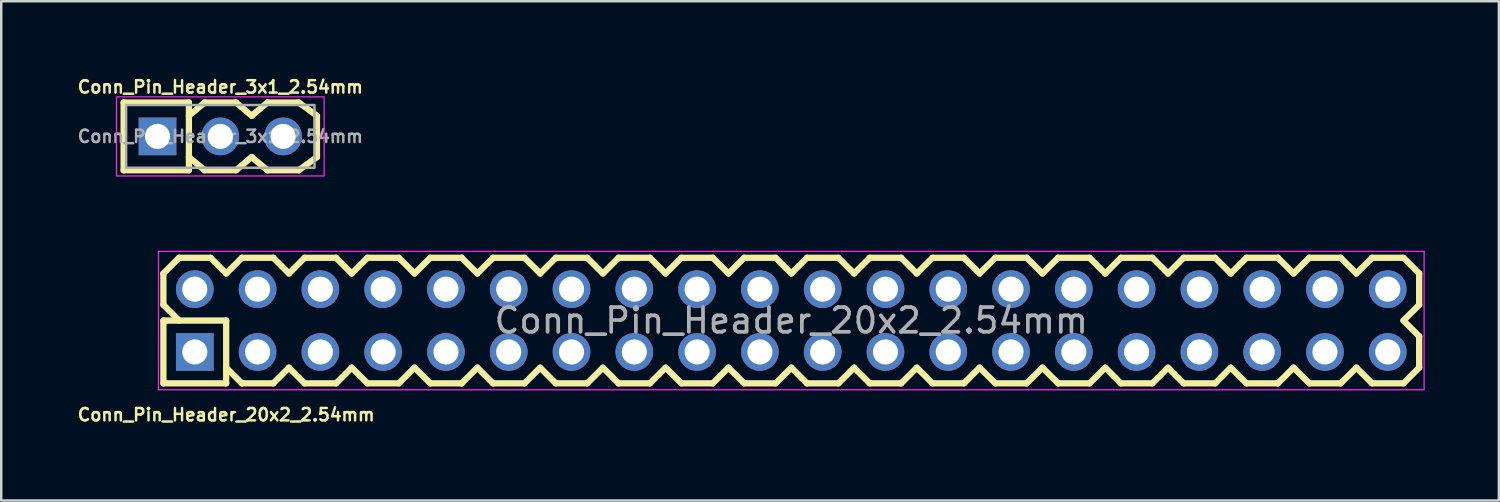
<source format=kicad_pcb>
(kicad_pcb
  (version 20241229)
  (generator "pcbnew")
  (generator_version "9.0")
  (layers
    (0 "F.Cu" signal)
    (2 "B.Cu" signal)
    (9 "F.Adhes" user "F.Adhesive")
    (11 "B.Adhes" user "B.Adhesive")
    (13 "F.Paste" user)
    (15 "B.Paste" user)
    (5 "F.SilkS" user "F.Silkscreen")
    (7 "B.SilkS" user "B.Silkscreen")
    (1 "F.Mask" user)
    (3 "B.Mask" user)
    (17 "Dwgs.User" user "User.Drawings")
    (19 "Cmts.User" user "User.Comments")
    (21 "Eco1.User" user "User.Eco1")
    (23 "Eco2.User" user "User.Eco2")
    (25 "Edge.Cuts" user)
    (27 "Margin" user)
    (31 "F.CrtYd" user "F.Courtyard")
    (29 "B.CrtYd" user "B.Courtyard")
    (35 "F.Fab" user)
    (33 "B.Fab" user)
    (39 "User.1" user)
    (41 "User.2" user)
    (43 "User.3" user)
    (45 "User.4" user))
  (footprint "Conn_Pin_Header_3x1_2.54mm"
    (layer "F.Cu")
    (at 5.862 2.468)
    (property "Reference" "Conn_Pin_Header_3x1_2.54mm" (at 0 -2 0) (layer "F.SilkS") (effects (font (size 0.5 0.5) (thickness 0.1))))
    (attr through_hole)
    (fp_line (start -3.91 -1.37) (end -1.27 -1.37) (stroke (width 0.254) (type solid)) (layer "F.SilkS"))
    (fp_line (start -3.91 1.37) (end -3.91 -1.37) (stroke (width 0.254) (type solid)) (layer "F.SilkS"))
    (fp_line (start -1.27 -1.37) (end -1.27 1.37) (stroke (width 0.254) (type solid)) (layer "F.SilkS"))
    (fp_line (start -1.27 1.37) (end -3.91 1.37) (stroke (width 0.254) (type solid)) (layer "F.SilkS"))
    (fp_line (start -0.635 -1.37) (end -1.27 -0.835) (stroke (width 0.254) (type solid)) (layer "F.SilkS"))
    (fp_line (start -0.635 1.37) (end -1.27 0.835) (stroke (width 0.254) (type solid)) (layer "F.SilkS"))
    (fp_line (start 0.635 -1.37) (end -0.635 -1.37) (stroke (width 0.254) (type solid)) (layer "F.SilkS"))
    (fp_line (start 0.635 1.37) (end -0.635 1.37) (stroke (width 0.254) (type solid)) (layer "F.SilkS"))
    (fp_line (start 1.27 -0.835) (end 0.635 -1.37) (stroke (width 0.254) (type solid)) (layer "F.SilkS"))
    (fp_line (start 1.27 0.835) (end 0.635 1.37) (stroke (width 0.254) (type solid)) (layer "F.SilkS"))
    (fp_line (start 1.905 -1.37) (end 1.27 -0.835) (stroke (width 0.254) (type solid)) (layer "F.SilkS"))
    (fp_line (start 1.905 1.37) (end 1.27 0.835) (stroke (width 0.254) (type solid)) (layer "F.SilkS"))
    (fp_line (start 3.175 -1.37) (end 1.905 -1.37) (stroke (width 0.254) (type solid)) (layer "F.SilkS"))
    (fp_line (start 3.175 1.37) (end 1.905 1.37) (stroke (width 0.254) (type solid)) (layer "F.SilkS"))
    (fp_line (start 3.91 -0.835) (end 3.175 -1.37) (stroke (width 0.254) (type solid)) (layer "F.SilkS"))
    (fp_line (start 3.91 -0.835) (end 3.91 0.835) (stroke (width 0.254) (type solid)) (layer "F.SilkS"))
    (fp_line (start 3.91 0.835) (end 3.175 1.37) (stroke (width 0.254) (type solid)) (layer "F.SilkS"))
    (fp_rect (start -4.2 -1.6) (end 4.2 1.6) (stroke (width 0.05) (type solid)) (fill no) (layer "F.CrtYd"))
    (fp_rect (start -3.81 -1.27) (end 3.81 1.27) (stroke (width 0.1) (type solid)) (fill no) (layer "F.Fab"))
    (fp_text user "${REFERENCE}" (at 0 0 0) (layer "F.Fab") (effects (font (size 0.5 0.5) (thickness 0.1))))
    (pad "1" thru_hole rect (at -2.54 0) (size 1.524 1.524) (drill 1.016) (layers "*.Cu" "*.Mask"))
    (pad "2" thru_hole circle (at 0 0) (size 1.524 1.524) (drill 1.016) (layers "*.Cu" "*.Mask"))
    (pad "3" thru_hole circle (at 2.54 0) (size 1.524 1.524) (drill 1.016) (layers "*.Cu" "*.Mask")))
  (footprint "Conn_Pin_Header_20x2_2.54mm"
    (layer "F.Cu")
    (at 28.96 9.918)
    (property "Reference" "Conn_Pin_Header_20x2_2.54mm" (at -22.86 3.81 0) (layer "F.SilkS") (effects (font (size 0.5 0.5) (thickness 0.1))))
    (attr through_hole)
    (fp_line (start -25.4 -1.905) (end -24.765 -2.54) (stroke (width 0.254) (type solid)) (layer "F.SilkS"))
    (fp_line (start -25.4 -0.635) (end -25.4 -1.905) (stroke (width 0.254) (type solid)) (layer "F.SilkS"))
    (fp_line (start -25.4 0) (end -22.86 0) (stroke (width 0.254) (type solid)) (layer "F.SilkS"))
    (fp_line (start -25.4 2.54) (end -25.4 0) (stroke (width 0.254) (type solid)) (layer "F.SilkS"))
    (fp_line (start -24.765 -2.54) (end -23.495 -2.54) (stroke (width 0.254) (type solid)) (layer "F.SilkS"))
    (fp_line (start -24.765 0) (end -25.4 -0.635) (stroke (width 0.254) (type solid)) (layer "F.SilkS"))
    (fp_line (start -23.495 -2.54) (end -22.86 -1.905) (stroke (width 0.254) (type solid)) (layer "F.SilkS"))
    (fp_line (start -22.86 -1.905) (end -22.225 -2.54) (stroke (width 0.254) (type solid)) (layer "F.SilkS"))
    (fp_line (start -22.86 0) (end -22.86 2.54) (stroke (width 0.254) (type solid)) (layer "F.SilkS"))
    (fp_line (start -22.86 2.54) (end -25.4 2.54) (stroke (width 0.254) (type solid)) (layer "F.SilkS"))
    (fp_line (start -22.225 -2.54) (end -20.955 -2.54) (stroke (width 0.254) (type solid)) (layer "F.SilkS"))
    (fp_line (start -22.225 2.54) (end -22.86 1.905) (stroke (width 0.254) (type solid)) (layer "F.SilkS"))
    (fp_line (start -20.955 -2.54) (end -20.32 -1.905) (stroke (width 0.254) (type solid)) (layer "F.SilkS"))
    (fp_line (start -20.955 2.54) (end -22.225 2.54) (stroke (width 0.254) (type solid)) (layer "F.SilkS"))
    (fp_line (start -20.32 -1.905) (end -19.685 -2.54) (stroke (width 0.254) (type solid)) (layer "F.SilkS"))
    (fp_line (start -20.32 1.905) (end -20.955 2.54) (stroke (width 0.254) (type solid)) (layer "F.SilkS"))
    (fp_line (start -19.685 -2.54) (end -18.415 -2.54) (stroke (width 0.254) (type solid)) (layer "F.SilkS"))
    (fp_line (start -19.685 2.54) (end -20.32 1.905) (stroke (width 0.254) (type solid)) (layer "F.SilkS"))
    (fp_line (start -18.415 -2.54) (end -17.78 -1.905) (stroke (width 0.254) (type solid)) (layer "F.SilkS"))
    (fp_line (start -18.415 2.54) (end -19.685 2.54) (stroke (width 0.254) (type solid)) (layer "F.SilkS"))
    (fp_line (start -17.78 -1.905) (end -17.145 -2.54) (stroke (width 0.254) (type solid)) (layer "F.SilkS"))
    (fp_line (start -17.78 1.905) (end -18.415 2.54) (stroke (width 0.254) (type solid)) (layer "F.SilkS"))
    (fp_line (start -17.145 -2.54) (end -15.875 -2.54) (stroke (width 0.254) (type solid)) (layer "F.SilkS"))
    (fp_line (start -17.145 2.54) (end -17.78 1.905) (stroke (width 0.254) (type solid)) (layer "F.SilkS"))
    (fp_line (start -15.875 -2.54) (end -15.24 -1.905) (stroke (width 0.254) (type solid)) (layer "F.SilkS"))
    (fp_line (start -15.875 2.54) (end -17.145 2.54) (stroke (width 0.254) (type solid)) (layer "F.SilkS"))
    (fp_line (start -15.24 -1.905) (end -14.605 -2.54) (stroke (width 0.254) (type solid)) (layer "F.SilkS"))
    (fp_line (start -15.24 1.905) (end -15.875 2.54) (stroke (width 0.254) (type solid)) (layer "F.SilkS"))
    (fp_line (start -14.605 -2.54) (end -13.335 -2.54) (stroke (width 0.254) (type solid)) (layer "F.SilkS"))
    (fp_line (start -14.605 2.54) (end -15.24 1.905) (stroke (width 0.254) (type solid)) (layer "F.SilkS"))
    (fp_line (start -13.335 -2.54) (end -12.7 -1.905) (stroke (width 0.254) (type solid)) (layer "F.SilkS"))
    (fp_line (start -13.335 2.54) (end -14.605 2.54) (stroke (width 0.254) (type solid)) (layer "F.SilkS"))
    (fp_line (start -12.7 -1.905) (end -12.065 -2.54) (stroke (width 0.254) (type solid)) (layer "F.SilkS"))
    (fp_line (start -12.7 1.905) (end -13.335 2.54) (stroke (width 0.254) (type solid)) (layer "F.SilkS"))
    (fp_line (start -12.065 -2.54) (end -10.795 -2.54) (stroke (width 0.254) (type solid)) (layer "F.SilkS"))
    (fp_line (start -12.065 2.54) (end -12.7 1.905) (stroke (width 0.254) (type solid)) (layer "F.SilkS"))
    (fp_line (start -10.795 -2.54) (end -10.16 -1.905) (stroke (width 0.254) (type solid)) (layer "F.SilkS"))
    (fp_line (start -10.795 2.54) (end -12.065 2.54) (stroke (width 0.254) (type solid)) (layer "F.SilkS"))
    (fp_line (start -10.16 -1.905) (end -9.525 -2.54) (stroke (width 0.254) (type solid)) (layer "F.SilkS"))
    (fp_line (start -10.16 1.905) (end -10.795 2.54) (stroke (width 0.254) (type solid)) (layer "F.SilkS"))
    (fp_line (start -9.525 -2.54) (end -8.255 -2.54) (stroke (width 0.254) (type solid)) (layer "F.SilkS"))
    (fp_line (start -9.525 2.54) (end -10.16 1.905) (stroke (width 0.254) (type solid)) (layer "F.SilkS"))
    (fp_line (start -8.255 -2.54) (end -7.62 -1.905) (stroke (width 0.254) (type solid)) (layer "F.SilkS"))
    (fp_line (start -8.255 2.54) (end -9.525 2.54) (stroke (width 0.254) (type solid)) (layer "F.SilkS"))
    (fp_line (start -7.62 -1.905) (end -6.985 -2.54) (stroke (width 0.254) (type solid)) (layer "F.SilkS"))
    (fp_line (start -7.62 1.905) (end -8.255 2.54) (stroke (width 0.254) (type solid)) (layer "F.SilkS"))
    (fp_line (start -6.985 -2.54) (end -5.715 -2.54) (stroke (width 0.254) (type solid)) (layer "F.SilkS"))
    (fp_line (start -6.985 2.54) (end -7.62 1.905) (stroke (width 0.254) (type solid)) (layer "F.SilkS"))
    (fp_line (start -5.715 -2.54) (end -5.08 -1.905) (stroke (width 0.254) (type solid)) (layer "F.SilkS"))
    (fp_line (start -5.715 2.54) (end -6.985 2.54) (stroke (width 0.254) (type solid)) (layer "F.SilkS"))
    (fp_line (start -5.08 -1.905) (end -4.445 -2.54) (stroke (width 0.254) (type solid)) (layer "F.SilkS"))
    (fp_line (start -5.08 1.905) (end -5.715 2.54) (stroke (width 0.254) (type solid)) (layer "F.SilkS"))
    (fp_line (start -4.445 -2.54) (end -3.175 -2.54) (stroke (width 0.254) (type solid)) (layer "F.SilkS"))
    (fp_line (start -4.445 2.54) (end -5.08 1.905) (stroke (width 0.254) (type solid)) (layer "F.SilkS"))
    (fp_line (start -3.175 -2.54) (end -2.54 -1.905) (stroke (width 0.254) (type solid)) (layer "F.SilkS"))
    (fp_line (start -3.175 2.54) (end -4.445 2.54) (stroke (width 0.254) (type solid)) (layer "F.SilkS"))
    (fp_line (start -2.54 -1.905) (end -1.905 -2.54) (stroke (width 0.254) (type solid)) (layer "F.SilkS"))
    (fp_line (start -2.54 1.905) (end -3.175 2.54) (stroke (width 0.254) (type solid)) (layer "F.SilkS"))
    (fp_line (start -1.905 -2.54) (end -0.635 -2.54) (stroke (width 0.254) (type solid)) (layer "F.SilkS"))
    (fp_line (start -1.905 2.54) (end -2.54 1.905) (stroke (width 0.254) (type solid)) (layer "F.SilkS"))
    (fp_line (start -0.635 -2.54) (end 0 -1.905) (stroke (width 0.254) (type solid)) (layer "F.SilkS"))
    (fp_line (start -0.635 2.54) (end -1.905 2.54) (stroke (width 0.254) (type solid)) (layer "F.SilkS"))
    (fp_line (start 0 -1.905) (end 0.635 -2.54) (stroke (width 0.254) (type solid)) (layer "F.SilkS"))
    (fp_line (start 0 1.905) (end -0.635 2.54) (stroke (width 0.254) (type solid)) (layer "F.SilkS"))
    (fp_line (start 0.635 -2.54) (end 1.905 -2.54) (stroke (width 0.254) (type solid)) (layer "F.SilkS"))
    (fp_line (start 0.635 2.54) (end 0 1.905) (stroke (width 0.254) (type solid)) (layer "F.SilkS"))
    (fp_line (start 1.905 -2.54) (end 2.54 -1.905) (stroke (width 0.254) (type solid)) (layer "F.SilkS"))
    (fp_line (start 1.905 2.54) (end 0.635 2.54) (stroke (width 0.254) (type solid)) (layer "F.SilkS"))
    (fp_line (start 2.54 -1.905) (end 3.175 -2.54) (stroke (width 0.254) (type solid)) (layer "F.SilkS"))
    (fp_line (start 2.54 1.905) (end 1.905 2.54) (stroke (width 0.254) (type solid)) (layer "F.SilkS"))
    (fp_line (start 3.175 -2.54) (end 4.445 -2.54) (stroke (width 0.254) (type solid)) (layer "F.SilkS"))
    (fp_line (start 3.175 2.54) (end 2.54 1.905) (stroke (width 0.254) (type solid)) (layer "F.SilkS"))
    (fp_line (start 4.445 -2.54) (end 5.08 -1.905) (stroke (width 0.254) (type solid)) (layer "F.SilkS"))
    (fp_line (start 4.445 2.54) (end 3.175 2.54) (stroke (width 0.254) (type solid)) (layer "F.SilkS"))
    (fp_line (start 5.08 -1.905) (end 5.715 -2.54) (stroke (width 0.254) (type solid)) (layer "F.SilkS"))
    (fp_line (start 5.08 1.905) (end 4.445 2.54) (stroke (width 0.254) (type solid)) (layer "F.SilkS"))
    (fp_line (start 5.715 -2.54) (end 6.985 -2.54) (stroke (width 0.254) (type solid)) (layer "F.SilkS"))
    (fp_line (start 5.715 2.54) (end 5.08 1.905) (stroke (width 0.254) (type solid)) (layer "F.SilkS"))
    (fp_line (start 6.985 -2.54) (end 7.62 -1.905) (stroke (width 0.254) (type solid)) (layer "F.SilkS"))
    (fp_line (start 6.985 2.54) (end 5.715 2.54) (stroke (width 0.254) (type solid)) (layer "F.SilkS"))
    (fp_line (start 7.62 -1.905) (end 8.255 -2.54) (stroke (width 0.254) (type solid)) (layer "F.SilkS"))
    (fp_line (start 7.62 1.905) (end 6.985 2.54) (stroke (width 0.254) (type solid)) (layer "F.SilkS"))
    (fp_line (start 8.255 -2.54) (end 9.525 -2.54) (stroke (width 0.254) (type solid)) (layer "F.SilkS"))
    (fp_line (start 8.255 2.54) (end 7.62 1.905) (stroke (width 0.254) (type solid)) (layer "F.SilkS"))
    (fp_line (start 9.525 -2.54) (end 10.16 -1.905) (stroke (width 0.254) (type solid)) (layer "F.SilkS"))
    (fp_line (start 9.525 2.54) (end 8.255 2.54) (stroke (width 0.254) (type solid)) (layer "F.SilkS"))
    (fp_line (start 10.16 -1.905) (end 10.795 -2.54) (stroke (width 0.254) (type solid)) (layer "F.SilkS"))
    (fp_line (start 10.16 1.905) (end 9.525 2.54) (stroke (width 0.254) (type solid)) (layer "F.SilkS"))
    (fp_line (start 10.795 -2.54) (end 12.065 -2.54) (stroke (width 0.254) (type solid)) (layer "F.SilkS"))
    (fp_line (start 10.795 2.54) (end 10.16 1.905) (stroke (width 0.254) (type solid)) (layer "F.SilkS"))
    (fp_line (start 12.065 -2.54) (end 12.7 -1.905) (stroke (width 0.254) (type solid)) (layer "F.SilkS"))
    (fp_line (start 12.065 2.54) (end 10.795 2.54) (stroke (width 0.254) (type solid)) (layer "F.SilkS"))
    (fp_line (start 12.7 -1.905) (end 13.335 -2.54) (stroke (width 0.254) (type solid)) (layer "F.SilkS"))
    (fp_line (start 12.7 1.905) (end 12.065 2.54) (stroke (width 0.254) (type solid)) (layer "F.SilkS"))
    (fp_line (start 13.335 -2.54) (end 14.605 -2.54) (stroke (width 0.254) (type solid)) (layer "F.SilkS"))
    (fp_line (start 13.335 2.54) (end 12.7 1.905) (stroke (width 0.254) (type solid)) (layer "F.SilkS"))
    (fp_line (start 14.605 -2.54) (end 15.24 -1.905) (stroke (width 0.254) (type solid)) (layer "F.SilkS"))
    (fp_line (start 14.605 2.54) (end 13.335 2.54) (stroke (width 0.254) (type solid)) (layer "F.SilkS"))
    (fp_line (start 15.24 -1.905) (end 15.875 -2.54) (stroke (width 0.254) (type solid)) (layer "F.SilkS"))
    (fp_line (start 15.24 1.905) (end 14.605 2.54) (stroke (width 0.254) (type solid)) (layer "F.SilkS"))
    (fp_line (start 15.875 -2.54) (end 17.145 -2.54) (stroke (width 0.254) (type solid)) (layer "F.SilkS"))
    (fp_line (start 15.875 2.54) (end 15.24 1.905) (stroke (width 0.254) (type solid)) (layer "F.SilkS"))
    (fp_line (start 15.875 2.54) (end 17.145 2.54) (stroke (width 0.254) (type solid)) (layer "F.SilkS"))
    (fp_line (start 17.145 -2.54) (end 17.78 -1.905) (stroke (width 0.254) (type solid)) (layer "F.SilkS"))
    (fp_line (start 17.145 2.54) (end 17.78 1.905) (stroke (width 0.254) (type solid)) (layer "F.SilkS"))
    (fp_line (start 17.78 -1.905) (end 18.415 -2.54) (stroke (width 0.254) (type solid)) (layer "F.SilkS"))
    (fp_line (start 17.78 1.905) (end 18.415 2.54) (stroke (width 0.254) (type solid)) (layer "F.SilkS"))
    (fp_line (start 18.415 -2.54) (end 19.685 -2.54) (stroke (width 0.254) (type solid)) (layer "F.SilkS"))
    (fp_line (start 18.415 2.54) (end 19.685 2.54) (stroke (width 0.254) (type solid)) (layer "F.SilkS"))
    (fp_line (start 19.685 -2.54) (end 20.32 -1.905) (stroke (width 0.254) (type solid)) (layer "F.SilkS"))
    (fp_line (start 19.685 2.54) (end 20.32 1.905) (stroke (width 0.254) (type solid)) (layer "F.SilkS"))
    (fp_line (start 20.32 -1.905) (end 20.955 -2.54) (stroke (width 0.254) (type solid)) (layer "F.SilkS"))
    (fp_line (start 20.32 1.905) (end 20.955 2.54) (stroke (width 0.254) (type solid)) (layer "F.SilkS"))
    (fp_line (start 20.955 -2.54) (end 22.225 -2.54) (stroke (width 0.254) (type solid)) (layer "F.SilkS"))
    (fp_line (start 20.955 2.54) (end 22.225 2.54) (stroke (width 0.254) (type solid)) (layer "F.SilkS"))
    (fp_line (start 22.225 -2.54) (end 22.86 -1.905) (stroke (width 0.254) (type solid)) (layer "F.SilkS"))
    (fp_line (start 22.225 2.54) (end 22.86 1.905) (stroke (width 0.254) (type solid)) (layer "F.SilkS"))
    (fp_line (start 22.86 -1.905) (end 23.495 -2.54) (stroke (width 0.254) (type solid)) (layer "F.SilkS"))
    (fp_line (start 22.86 1.905) (end 23.495 2.54) (stroke (width 0.254) (type solid)) (layer "F.SilkS"))
    (fp_line (start 23.495 -2.54) (end 24.765 -2.54) (stroke (width 0.254) (type solid)) (layer "F.SilkS"))
    (fp_line (start 24.765 -2.54) (end 25.4 -1.905) (stroke (width 0.254) (type solid)) (layer "F.SilkS"))
    (fp_line (start 24.765 0) (end 25.4 0.635) (stroke (width 0.254) (type solid)) (layer "F.SilkS"))
    (fp_line (start 24.765 2.54) (end 23.495 2.54) (stroke (width 0.254) (type solid)) (layer "F.SilkS"))
    (fp_line (start 25.4 -1.905) (end 25.4 -0.635) (stroke (width 0.254) (type solid)) (layer "F.SilkS"))
    (fp_line (start 25.4 -0.635) (end 24.765 0) (stroke (width 0.254) (type solid)) (layer "F.SilkS"))
    (fp_line (start 25.4 0.635) (end 25.4 1.905) (stroke (width 0.254) (type solid)) (layer "F.SilkS"))
    (fp_line (start 25.4 1.905) (end 24.765 2.54) (stroke (width 0.254) (type solid)) (layer "F.SilkS"))
    (fp_line (start -25.6 -2.8) (end -25.6 2.8) (stroke (width 0.05) (type solid)) (layer "F.CrtYd"))
    (fp_line (start -25.6 2.8) (end 25.6 2.8) (stroke (width 0.05) (type solid)) (layer "F.CrtYd"))
    (fp_line (start 25.6 -2.8) (end -25.6 -2.8) (stroke (width 0.05) (type solid)) (layer "F.CrtYd"))
    (fp_line (start 25.6 2.8) (end 25.6 -2.8) (stroke (width 0.05) (type solid)) (layer "F.CrtYd"))
    (fp_text user "${REFERENCE}" (at 0 0 0) (layer "F.Fab") (effects (font (size 1 1) (thickness 0.15))))
    (pad "1" thru_hole rect (at -24.13 1.27) (size 1.524 1.524) (drill 1.016) (layers "*.Cu" "*.Mask"))
    (pad "2" thru_hole circle (at -24.13 -1.27) (size 1.524 1.524) (drill 1.016) (layers "*.Cu" "*.Mask"))
    (pad "3" thru_hole circle (at -21.59 1.27) (size 1.524 1.524) (drill 1.016) (layers "*.Cu" "*.Mask"))
    (pad "4" thru_hole circle (at -21.59 -1.27) (size 1.524 1.524) (drill 1.016) (layers "*.Cu" "*.Mask"))
    (pad "5" thru_hole circle (at -19.05 1.27) (size 1.524 1.524) (drill 1.016) (layers "*.Cu" "*.Mask"))
    (pad "6" thru_hole circle (at -19.05 -1.27) (size 1.524 1.524) (drill 1.016) (layers "*.Cu" "*.Mask"))
    (pad "7" thru_hole circle (at -16.51 1.27) (size 1.524 1.524) (drill 1.016) (layers "*.Cu" "*.Mask"))
    (pad "8" thru_hole circle (at -16.51 -1.27) (size 1.524 1.524) (drill 1.016) (layers "*.Cu" "*.Mask"))
    (pad "9" thru_hole circle (at -13.97 1.27) (size 1.524 1.524) (drill 1.016) (layers "*.Cu" "*.Mask"))
    (pad "10" thru_hole circle (at -13.97 -1.27) (size 1.524 1.524) (drill 1.016) (layers "*.Cu" "*.Mask"))
    (pad "11" thru_hole circle (at -11.43 1.27) (size 1.524 1.524) (drill 1.016) (layers "*.Cu" "*.Mask"))
    (pad "12" thru_hole circle (at -11.43 -1.27) (size 1.524 1.524) (drill 1.016) (layers "*.Cu" "*.Mask"))
    (pad "13" thru_hole circle (at -8.89 1.27) (size 1.524 1.524) (drill 1.016) (layers "*.Cu" "*.Mask"))
    (pad "14" thru_hole circle (at -8.89 -1.27) (size 1.524 1.524) (drill 1.016) (layers "*.Cu" "*.Mask"))
    (pad "15" thru_hole circle (at -6.35 1.27) (size 1.524 1.524) (drill 1.016) (layers "*.Cu" "*.Mask"))
    (pad "16" thru_hole circle (at -6.35 -1.27) (size 1.524 1.524) (drill 1.016) (layers "*.Cu" "*.Mask"))
    (pad "17" thru_hole circle (at -3.81 1.27) (size 1.524 1.524) (drill 1.016) (layers "*.Cu" "*.Mask"))
    (pad "18" thru_hole circle (at -3.81 -1.27) (size 1.524 1.524) (drill 1.016) (layers "*.Cu" "*.Mask"))
    (pad "19" thru_hole circle (at -1.27 1.27) (size 1.524 1.524) (drill 1.016) (layers "*.Cu" "*.Mask"))
    (pad "20" thru_hole circle (at -1.27 -1.27) (size 1.524 1.524) (drill 1.016) (layers "*.Cu" "*.Mask"))
    (pad "21" thru_hole circle (at 1.27 1.27) (size 1.524 1.524) (drill 1.016) (layers "*.Cu" "*.Mask"))
    (pad "22" thru_hole circle (at 1.27 -1.27) (size 1.524 1.524) (drill 1.016) (layers "*.Cu" "*.Mask"))
    (pad "23" thru_hole circle (at 3.81 1.27) (size 1.524 1.524) (drill 1.016) (layers "*.Cu" "*.Mask"))
    (pad "24" thru_hole circle (at 3.81 -1.27) (size 1.524 1.524) (drill 1.016) (layers "*.Cu" "*.Mask"))
    (pad "25" thru_hole circle (at 6.35 1.27) (size 1.524 1.524) (drill 1.016) (layers "*.Cu" "*.Mask"))
    (pad "26" thru_hole circle (at 6.35 -1.27) (size 1.524 1.524) (drill 1.016) (layers "*.Cu" "*.Mask"))
    (pad "27" thru_hole circle (at 8.89 1.27) (size 1.524 1.524) (drill 1.016) (layers "*.Cu" "*.Mask"))
    (pad "28" thru_hole circle (at 8.89 -1.27) (size 1.524 1.524) (drill 1.016) (layers "*.Cu" "*.Mask"))
    (pad "29" thru_hole circle (at 11.43 1.27) (size 1.524 1.524) (drill 1.016) (layers "*.Cu" "*.Mask"))
    (pad "30" thru_hole circle (at 11.43 -1.27) (size 1.524 1.524) (drill 1.016) (layers "*.Cu" "*.Mask"))
    (pad "31" thru_hole circle (at 13.97 1.27) (size 1.524 1.524) (drill 1.016) (layers "*.Cu" "*.Mask"))
    (pad "32" thru_hole circle (at 13.97 -1.27) (size 1.524 1.524) (drill 1.016) (layers "*.Cu" "*.Mask"))
    (pad "33" thru_hole circle (at 16.51 1.27) (size 1.524 1.524) (drill 1.016) (layers "*.Cu" "*.Mask"))
    (pad "34" thru_hole circle (at 16.51 -1.27) (size 1.524 1.524) (drill 1.016) (layers "*.Cu" "*.Mask"))
    (pad "35" thru_hole circle (at 19.05 1.27) (size 1.524 1.524) (drill 1.016) (layers "*.Cu" "*.Mask"))
    (pad "36" thru_hole circle (at 19.05 -1.27) (size 1.524 1.524) (drill 1.016) (layers "*.Cu" "*.Mask"))
    (pad "37" thru_hole circle (at 21.59 1.27) (size 1.524 1.524) (drill 1.016) (layers "*.Cu" "*.Mask"))
    (pad "38" thru_hole circle (at 21.59 -1.27) (size 1.524 1.524) (drill 1.016) (layers "*.Cu" "*.Mask"))
    (pad "39" thru_hole circle (at 24.13 1.27) (size 1.524 1.524) (drill 1.016) (layers "*.Cu" "*.Mask"))
    (pad "40" thru_hole circle (at 24.13 -1.27) (size 1.524 1.524) (drill 1.016) (layers "*.Cu" "*.Mask")))
  (gr_rect
    (start -3 -3)
    (end 57.585 17.196)
    (stroke (width 0.1) (type default))
    (fill no)
    (layer "Edge.Cuts")))
</source>
